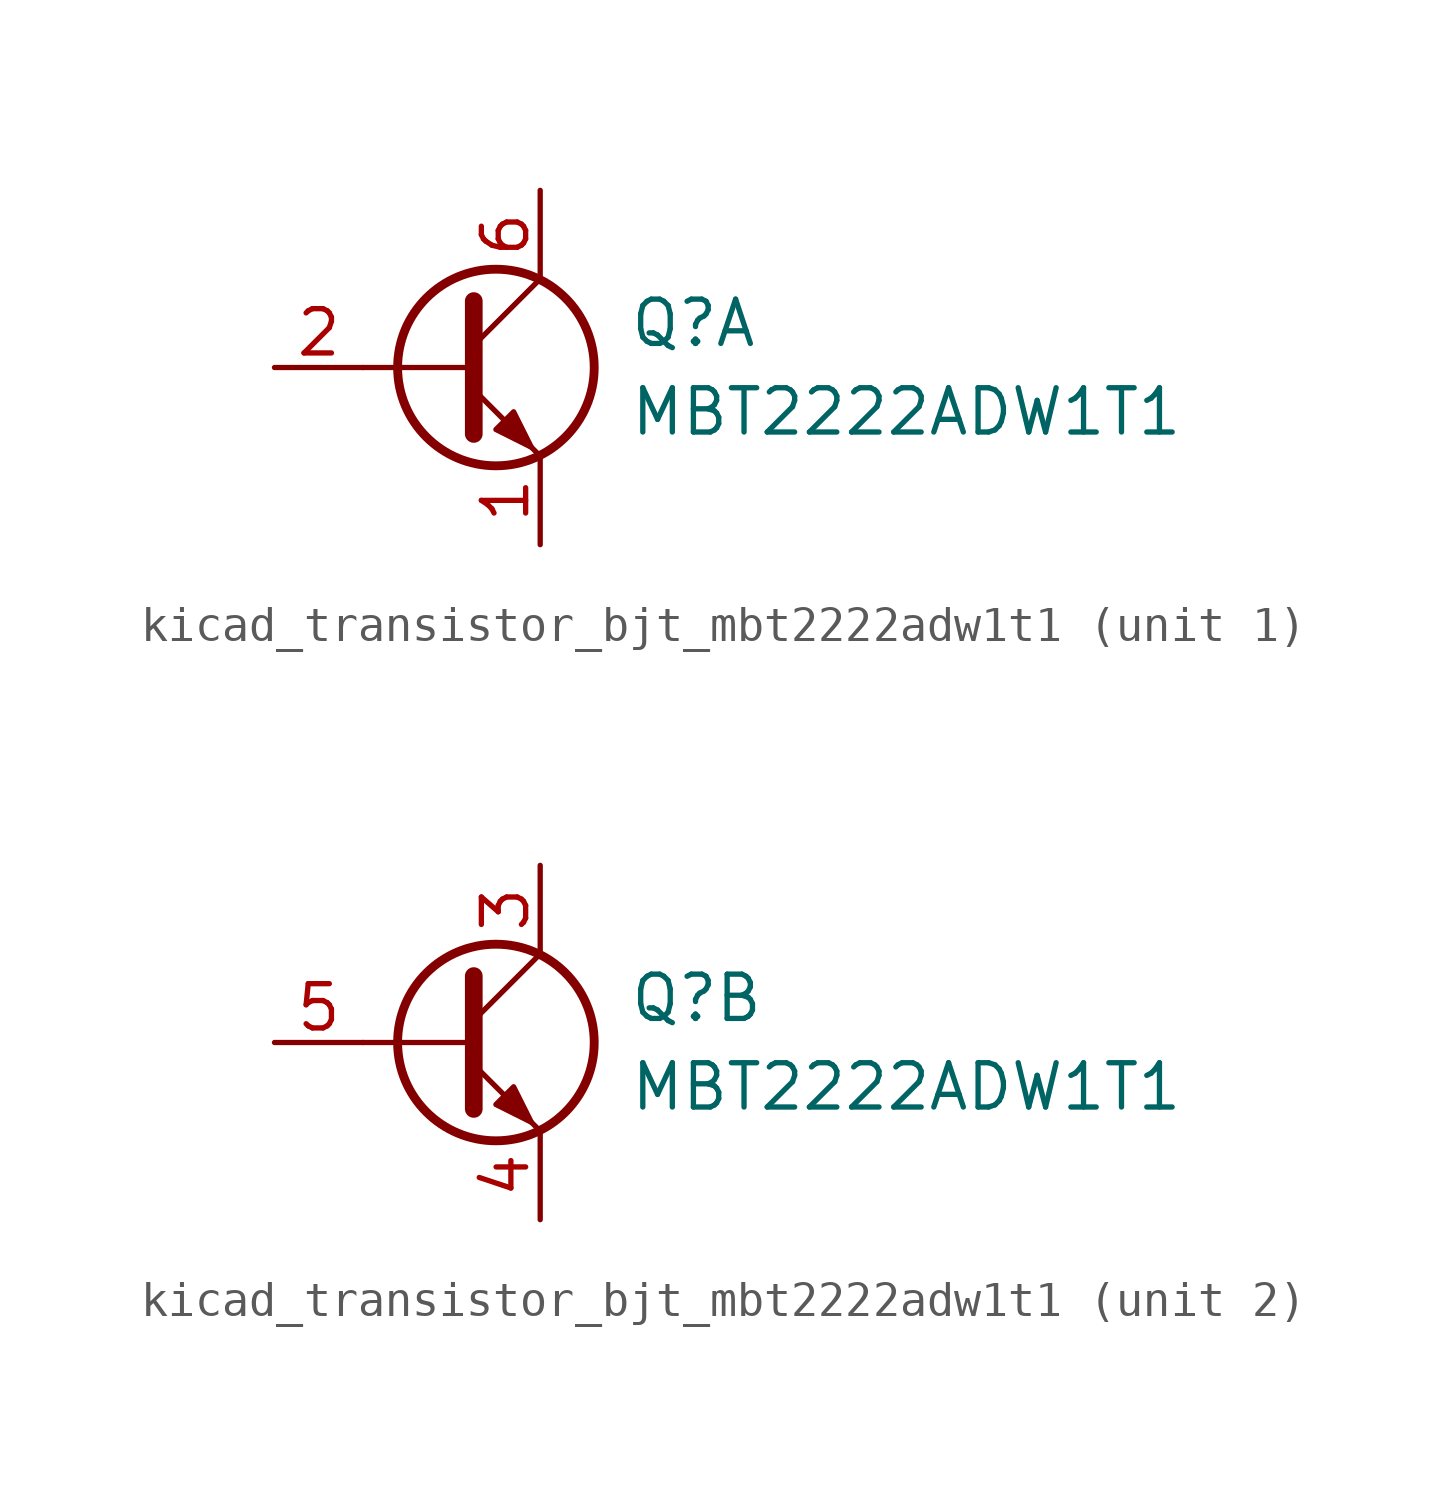
<source format=kicad_sym>
(kicad_symbol_lib
  (version 20220914)
  (generator kicad_symbol_editor)
  (symbol "kicad_transistor_bjt_mbt2222adw1t1"
    (pin_names
      (offset 0) hide)
    (property "Reference" "Q"
      (at 5.08 1.27 0)
      (effects (font (size 1.27 1.27)) (justify left)))
    (property "Value" "MBT2222ADW1T1"
      (at 5.08 -1.27 0)
      (effects (font (size 1.27 1.27)) (justify left)))
    (property "ki_locked" ""
      (at 0 0 0)
      (effects (font (size 1.27 1.27))))
    (symbol "kicad_transistor_bjt_mbt2222adw1t1_0_1"
      (polyline (pts (xy 0.635 0) (xy -2.54 0)) (stroke (width 0) (type default)) (fill (type none)))
      (polyline (pts (xy 0.635 0.635) (xy 2.54 2.54)) (stroke (width 0) (type default)) (fill (type none)))
      (polyline (pts (xy 0.635 -0.635) (xy 2.54 -2.54) (xy 2.54 -2.54)) (stroke (width 0) (type default)) (fill (type none)))
      (polyline (pts (xy 0.635 1.905) (xy 0.635 -1.905) (xy 0.635 -1.905)) (stroke (width 0.508) (type default)) (fill (type none)))
      (polyline (pts (xy 1.27 -1.778) (xy 1.778 -1.27) (xy 2.286 -2.286) (xy 1.27 -1.778) (xy 1.27 -1.778)) (stroke (width 0) (type default)) (fill (type outline)))
      (circle (center 1.27 0) (radius 2.819) (stroke (width 0.254) (type default)) (fill (type none))))
    (symbol "kicad_transistor_bjt_mbt2222adw1t1_1_1"
      (pin passive line (at 2.54 -5.08 90) (length 2.54) (name "E1" (effects (font (size 1.27 1.27)))) (number "1" (effects (font (size 1.27 1.27)))))
      (pin input line (at -5.08 0 0) (length 2.54) (name "B1" (effects (font (size 1.27 1.27)))) (number "2" (effects (font (size 1.27 1.27)))))
      (pin passive line (at 2.54 5.08 270) (length 2.54) (name "C1" (effects (font (size 1.27 1.27)))) (number "6" (effects (font (size 1.27 1.27))))))
    (symbol "kicad_transistor_bjt_mbt2222adw1t1_2_1"
      (pin passive line (at 2.54 5.08 270) (length 2.54) (name "C2" (effects (font (size 1.27 1.27)))) (number "3" (effects (font (size 1.27 1.27)))))
      (pin passive line (at 2.54 -5.08 90) (length 2.54) (name "E2" (effects (font (size 1.27 1.27)))) (number "4" (effects (font (size 1.27 1.27)))))
      (pin input line (at -5.08 0 0) (length 2.54) (name "B2" (effects (font (size 1.27 1.27)))) (number "5" (effects (font (size 1.27 1.27))))))))
</source>
